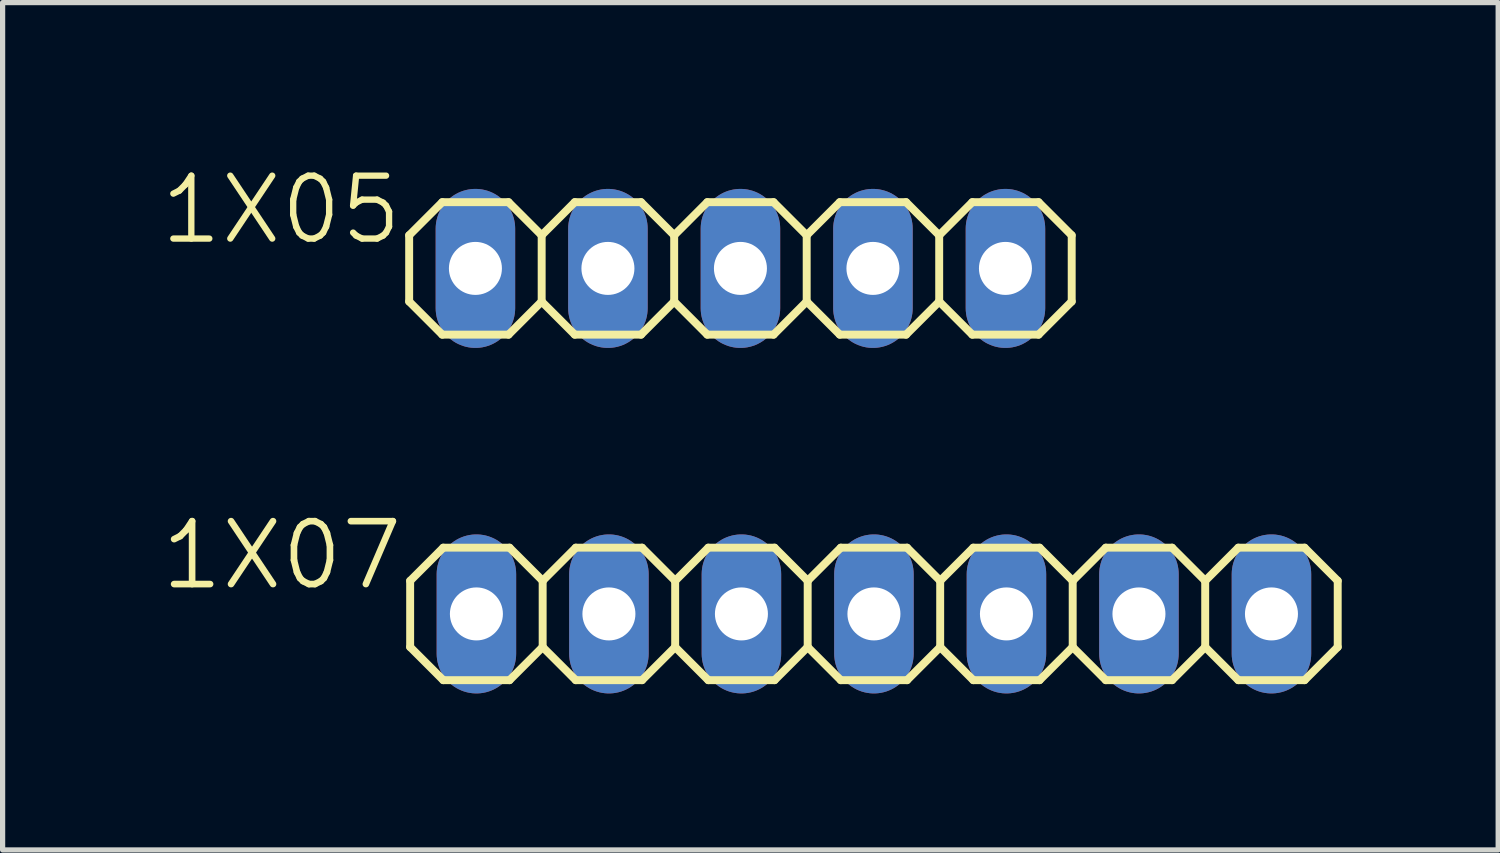
<source format=kicad_pcb>
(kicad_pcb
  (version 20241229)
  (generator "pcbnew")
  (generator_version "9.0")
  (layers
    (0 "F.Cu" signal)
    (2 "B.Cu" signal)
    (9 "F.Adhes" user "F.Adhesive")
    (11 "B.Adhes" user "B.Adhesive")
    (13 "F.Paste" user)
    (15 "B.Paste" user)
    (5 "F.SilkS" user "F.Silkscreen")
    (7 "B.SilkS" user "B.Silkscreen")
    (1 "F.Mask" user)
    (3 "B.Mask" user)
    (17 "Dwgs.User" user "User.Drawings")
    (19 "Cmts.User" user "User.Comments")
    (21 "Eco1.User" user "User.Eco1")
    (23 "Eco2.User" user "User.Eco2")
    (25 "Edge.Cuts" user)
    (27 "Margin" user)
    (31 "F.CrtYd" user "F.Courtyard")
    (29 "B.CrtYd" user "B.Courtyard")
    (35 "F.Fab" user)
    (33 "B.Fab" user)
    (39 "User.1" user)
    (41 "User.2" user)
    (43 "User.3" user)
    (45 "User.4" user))
  (footprint "1X05"
    (layer "F.Cu")
    (at 11.143 2.095)
    (property "Reference" "1X05" (at -6.426 -1.829 0) (layer "F.SilkS") (effects (font (size 1.206 1.206) (thickness 0.121)) (justify right top)))
    (attr through_hole)
    (fp_line (start -6.35 -0.635) (end -6.35 0.635) (stroke (width 0.152) (type solid)) (layer "F.SilkS"))
    (fp_line (start -6.35 0.635) (end -5.715 1.27) (stroke (width 0.152) (type solid)) (layer "F.SilkS"))
    (fp_line (start -5.715 -1.27) (end -6.35 -0.635) (stroke (width 0.152) (type solid)) (layer "F.SilkS"))
    (fp_line (start -5.715 -1.27) (end -4.445 -1.27) (stroke (width 0.152) (type solid)) (layer "F.SilkS"))
    (fp_line (start -4.445 -1.27) (end -3.81 -0.635) (stroke (width 0.152) (type solid)) (layer "F.SilkS"))
    (fp_line (start -4.445 1.27) (end -5.715 1.27) (stroke (width 0.152) (type solid)) (layer "F.SilkS"))
    (fp_line (start -3.81 -0.635) (end -3.81 0.635) (stroke (width 0.152) (type solid)) (layer "F.SilkS"))
    (fp_line (start -3.81 -0.635) (end -3.175 -1.27) (stroke (width 0.152) (type solid)) (layer "F.SilkS"))
    (fp_line (start -3.81 0.635) (end -4.445 1.27) (stroke (width 0.152) (type solid)) (layer "F.SilkS"))
    (fp_line (start -3.175 -1.27) (end -1.905 -1.27) (stroke (width 0.152) (type solid)) (layer "F.SilkS"))
    (fp_line (start -3.175 1.27) (end -3.81 0.635) (stroke (width 0.152) (type solid)) (layer "F.SilkS"))
    (fp_line (start -1.905 -1.27) (end -1.27 -0.635) (stroke (width 0.152) (type solid)) (layer "F.SilkS"))
    (fp_line (start -1.905 1.27) (end -3.175 1.27) (stroke (width 0.152) (type solid)) (layer "F.SilkS"))
    (fp_line (start -1.27 -0.635) (end -1.27 0.635) (stroke (width 0.152) (type solid)) (layer "F.SilkS"))
    (fp_line (start -1.27 -0.635) (end -0.635 -1.27) (stroke (width 0.152) (type solid)) (layer "F.SilkS"))
    (fp_line (start -1.27 0.635) (end -1.905 1.27) (stroke (width 0.152) (type solid)) (layer "F.SilkS"))
    (fp_line (start -0.635 -1.27) (end 0.635 -1.27) (stroke (width 0.152) (type solid)) (layer "F.SilkS"))
    (fp_line (start -0.635 1.27) (end -1.27 0.635) (stroke (width 0.152) (type solid)) (layer "F.SilkS"))
    (fp_line (start 0.635 -1.27) (end 1.27 -0.635) (stroke (width 0.152) (type solid)) (layer "F.SilkS"))
    (fp_line (start 0.635 1.27) (end -0.635 1.27) (stroke (width 0.152) (type solid)) (layer "F.SilkS"))
    (fp_line (start 1.27 -0.635) (end 1.27 0.635) (stroke (width 0.152) (type solid)) (layer "F.SilkS"))
    (fp_line (start 1.27 0.635) (end 0.635 1.27) (stroke (width 0.152) (type solid)) (layer "F.SilkS"))
    (fp_line (start 1.27 0.635) (end 1.905 1.27) (stroke (width 0.152) (type solid)) (layer "F.SilkS"))
    (fp_line (start 1.905 -1.27) (end 1.27 -0.635) (stroke (width 0.152) (type solid)) (layer "F.SilkS"))
    (fp_line (start 1.905 -1.27) (end 3.175 -1.27) (stroke (width 0.152) (type solid)) (layer "F.SilkS"))
    (fp_line (start 3.175 -1.27) (end 3.81 -0.635) (stroke (width 0.152) (type solid)) (layer "F.SilkS"))
    (fp_line (start 3.175 1.27) (end 1.905 1.27) (stroke (width 0.152) (type solid)) (layer "F.SilkS"))
    (fp_line (start 3.81 -0.635) (end 3.81 0.635) (stroke (width 0.152) (type solid)) (layer "F.SilkS"))
    (fp_line (start 3.81 0.635) (end 3.175 1.27) (stroke (width 0.152) (type solid)) (layer "F.SilkS"))
    (fp_line (start 3.81 0.635) (end 4.445 1.27) (stroke (width 0.152) (type solid)) (layer "F.SilkS"))
    (fp_line (start 4.445 -1.27) (end 3.81 -0.635) (stroke (width 0.152) (type solid)) (layer "F.SilkS"))
    (fp_line (start 4.445 -1.27) (end 5.715 -1.27) (stroke (width 0.152) (type solid)) (layer "F.SilkS"))
    (fp_line (start 5.715 -1.27) (end 6.35 -0.635) (stroke (width 0.152) (type solid)) (layer "F.SilkS"))
    (fp_line (start 5.715 1.27) (end 4.445 1.27) (stroke (width 0.152) (type solid)) (layer "F.SilkS"))
    (fp_line (start 6.35 -0.635) (end 6.35 0.635) (stroke (width 0.152) (type solid)) (layer "F.SilkS"))
    (fp_line (start 6.35 0.635) (end 5.715 1.27) (stroke (width 0.152) (type solid)) (layer "F.SilkS"))
    (fp_poly (pts (xy -5.334 0.254) (xy -4.826 0.254) (xy -4.826 -0.254) (xy -5.334 -0.254)) (stroke (width 0.1) (type solid)) (fill no) (layer "F.Fab"))
    (fp_poly (pts (xy -2.794 0.254) (xy -2.286 0.254) (xy -2.286 -0.254) (xy -2.794 -0.254)) (stroke (width 0.1) (type solid)) (fill no) (layer "F.Fab"))
    (fp_poly (pts (xy -0.254 0.254) (xy 0.254 0.254) (xy 0.254 -0.254) (xy -0.254 -0.254)) (stroke (width 0.1) (type solid)) (fill no) (layer "F.Fab"))
    (fp_poly (pts (xy 2.286 0.254) (xy 2.794 0.254) (xy 2.794 -0.254) (xy 2.286 -0.254)) (stroke (width 0.1) (type solid)) (fill no) (layer "F.Fab"))
    (fp_poly (pts (xy 4.826 0.254) (xy 5.334 0.254) (xy 5.334 -0.254) (xy 4.826 -0.254)) (stroke (width 0.1) (type solid)) (fill no) (layer "F.Fab"))
    (pad "1" thru_hole oval (at -5.08 0 90) (size 3.048 1.524) (drill 1.016) (layers "*.Cu" "*.Mask"))
    (pad "2" thru_hole oval (at -2.54 0 90) (size 3.048 1.524) (drill 1.016) (layers "*.Cu" "*.Mask"))
    (pad "3" thru_hole oval (at 0 0 90) (size 3.048 1.524) (drill 1.016) (layers "*.Cu" "*.Mask"))
    (pad "4" thru_hole oval (at 2.54 0 90) (size 3.048 1.524) (drill 1.016) (layers "*.Cu" "*.Mask"))
    (pad "5" thru_hole oval (at 5.08 0 90) (size 3.048 1.524) (drill 1.016) (layers "*.Cu" "*.Mask")))
  (footprint "1X07"
    (layer "F.Cu")
    (at 13.702 8.718)
    (property "Reference" "1X07" (at -8.966 -1.829 0) (layer "F.SilkS") (effects (font (size 1.206 1.206) (thickness 0.127)) (justify right top)))
    (attr through_hole)
    (fp_line (start -8.89 -0.635) (end -8.89 0.635) (stroke (width 0.152) (type solid)) (layer "F.SilkS"))
    (fp_line (start -8.89 0.635) (end -8.255 1.27) (stroke (width 0.152) (type solid)) (layer "F.SilkS"))
    (fp_line (start -8.255 -1.27) (end -8.89 -0.635) (stroke (width 0.152) (type solid)) (layer "F.SilkS"))
    (fp_line (start -8.255 -1.27) (end -6.985 -1.27) (stroke (width 0.152) (type solid)) (layer "F.SilkS"))
    (fp_line (start -6.985 -1.27) (end -6.35 -0.635) (stroke (width 0.152) (type solid)) (layer "F.SilkS"))
    (fp_line (start -6.985 1.27) (end -8.255 1.27) (stroke (width 0.152) (type solid)) (layer "F.SilkS"))
    (fp_line (start -6.35 -0.635) (end -6.35 0.635) (stroke (width 0.152) (type solid)) (layer "F.SilkS"))
    (fp_line (start -6.35 -0.635) (end -5.715 -1.27) (stroke (width 0.152) (type solid)) (layer "F.SilkS"))
    (fp_line (start -6.35 0.635) (end -6.985 1.27) (stroke (width 0.152) (type solid)) (layer "F.SilkS"))
    (fp_line (start -5.715 -1.27) (end -4.445 -1.27) (stroke (width 0.152) (type solid)) (layer "F.SilkS"))
    (fp_line (start -5.715 1.27) (end -6.35 0.635) (stroke (width 0.152) (type solid)) (layer "F.SilkS"))
    (fp_line (start -4.445 -1.27) (end -3.81 -0.635) (stroke (width 0.152) (type solid)) (layer "F.SilkS"))
    (fp_line (start -4.445 1.27) (end -5.715 1.27) (stroke (width 0.152) (type solid)) (layer "F.SilkS"))
    (fp_line (start -3.81 -0.635) (end -3.81 0.635) (stroke (width 0.152) (type solid)) (layer "F.SilkS"))
    (fp_line (start -3.81 -0.635) (end -3.175 -1.27) (stroke (width 0.152) (type solid)) (layer "F.SilkS"))
    (fp_line (start -3.81 0.635) (end -4.445 1.27) (stroke (width 0.152) (type solid)) (layer "F.SilkS"))
    (fp_line (start -3.175 -1.27) (end -1.905 -1.27) (stroke (width 0.152) (type solid)) (layer "F.SilkS"))
    (fp_line (start -3.175 1.27) (end -3.81 0.635) (stroke (width 0.152) (type solid)) (layer "F.SilkS"))
    (fp_line (start -1.905 -1.27) (end -1.27 -0.635) (stroke (width 0.152) (type solid)) (layer "F.SilkS"))
    (fp_line (start -1.905 1.27) (end -3.175 1.27) (stroke (width 0.152) (type solid)) (layer "F.SilkS"))
    (fp_line (start -1.27 -0.635) (end -1.27 0.635) (stroke (width 0.152) (type solid)) (layer "F.SilkS"))
    (fp_line (start -1.27 0.635) (end -1.905 1.27) (stroke (width 0.152) (type solid)) (layer "F.SilkS"))
    (fp_line (start -1.27 0.635) (end -0.635 1.27) (stroke (width 0.152) (type solid)) (layer "F.SilkS"))
    (fp_line (start -0.635 -1.27) (end -1.27 -0.635) (stroke (width 0.152) (type solid)) (layer "F.SilkS"))
    (fp_line (start -0.635 -1.27) (end 0.635 -1.27) (stroke (width 0.152) (type solid)) (layer "F.SilkS"))
    (fp_line (start 0.635 -1.27) (end 1.27 -0.635) (stroke (width 0.152) (type solid)) (layer "F.SilkS"))
    (fp_line (start 0.635 1.27) (end -0.635 1.27) (stroke (width 0.152) (type solid)) (layer "F.SilkS"))
    (fp_line (start 1.27 -0.635) (end 1.27 0.635) (stroke (width 0.152) (type solid)) (layer "F.SilkS"))
    (fp_line (start 1.27 -0.635) (end 1.905 -1.27) (stroke (width 0.152) (type solid)) (layer "F.SilkS"))
    (fp_line (start 1.27 0.635) (end 0.635 1.27) (stroke (width 0.152) (type solid)) (layer "F.SilkS"))
    (fp_line (start 1.905 -1.27) (end 3.175 -1.27) (stroke (width 0.152) (type solid)) (layer "F.SilkS"))
    (fp_line (start 1.905 1.27) (end 1.27 0.635) (stroke (width 0.152) (type solid)) (layer "F.SilkS"))
    (fp_line (start 3.175 -1.27) (end 3.81 -0.635) (stroke (width 0.152) (type solid)) (layer "F.SilkS"))
    (fp_line (start 3.175 1.27) (end 1.905 1.27) (stroke (width 0.152) (type solid)) (layer "F.SilkS"))
    (fp_line (start 3.81 -0.635) (end 3.81 0.635) (stroke (width 0.152) (type solid)) (layer "F.SilkS"))
    (fp_line (start 3.81 -0.635) (end 4.445 -1.27) (stroke (width 0.152) (type solid)) (layer "F.SilkS"))
    (fp_line (start 3.81 0.635) (end 3.175 1.27) (stroke (width 0.152) (type solid)) (layer "F.SilkS"))
    (fp_line (start 4.445 -1.27) (end 5.715 -1.27) (stroke (width 0.152) (type solid)) (layer "F.SilkS"))
    (fp_line (start 4.445 1.27) (end 3.81 0.635) (stroke (width 0.152) (type solid)) (layer "F.SilkS"))
    (fp_line (start 5.715 -1.27) (end 6.35 -0.635) (stroke (width 0.152) (type solid)) (layer "F.SilkS"))
    (fp_line (start 5.715 1.27) (end 4.445 1.27) (stroke (width 0.152) (type solid)) (layer "F.SilkS"))
    (fp_line (start 6.35 -0.635) (end 6.35 0.635) (stroke (width 0.152) (type solid)) (layer "F.SilkS"))
    (fp_line (start 6.35 0.635) (end 5.715 1.27) (stroke (width 0.152) (type solid)) (layer "F.SilkS"))
    (fp_line (start 6.35 0.635) (end 6.985 1.27) (stroke (width 0.152) (type solid)) (layer "F.SilkS"))
    (fp_line (start 6.985 -1.27) (end 6.35 -0.635) (stroke (width 0.152) (type solid)) (layer "F.SilkS"))
    (fp_line (start 6.985 -1.27) (end 8.255 -1.27) (stroke (width 0.152) (type solid)) (layer "F.SilkS"))
    (fp_line (start 8.255 -1.27) (end 8.89 -0.635) (stroke (width 0.152) (type solid)) (layer "F.SilkS"))
    (fp_line (start 8.255 1.27) (end 6.985 1.27) (stroke (width 0.152) (type solid)) (layer "F.SilkS"))
    (fp_line (start 8.89 -0.635) (end 8.89 0.635) (stroke (width 0.152) (type solid)) (layer "F.SilkS"))
    (fp_line (start 8.89 0.635) (end 8.255 1.27) (stroke (width 0.152) (type solid)) (layer "F.SilkS"))
    (fp_poly (pts (xy -7.874 0.254) (xy -7.366 0.254) (xy -7.366 -0.254) (xy -7.874 -0.254)) (stroke (width 0.1) (type solid)) (fill no) (layer "F.Fab"))
    (fp_poly (pts (xy -5.334 0.254) (xy -4.826 0.254) (xy -4.826 -0.254) (xy -5.334 -0.254)) (stroke (width 0.1) (type solid)) (fill no) (layer "F.Fab"))
    (fp_poly (pts (xy -2.794 0.254) (xy -2.286 0.254) (xy -2.286 -0.254) (xy -2.794 -0.254)) (stroke (width 0.1) (type solid)) (fill no) (layer "F.Fab"))
    (fp_poly (pts (xy -0.254 0.254) (xy 0.254 0.254) (xy 0.254 -0.254) (xy -0.254 -0.254)) (stroke (width 0.1) (type solid)) (fill no) (layer "F.Fab"))
    (fp_poly (pts (xy 2.286 0.254) (xy 2.794 0.254) (xy 2.794 -0.254) (xy 2.286 -0.254)) (stroke (width 0.1) (type solid)) (fill no) (layer "F.Fab"))
    (fp_poly (pts (xy 4.826 0.254) (xy 5.334 0.254) (xy 5.334 -0.254) (xy 4.826 -0.254)) (stroke (width 0.1) (type solid)) (fill no) (layer "F.Fab"))
    (fp_poly (pts (xy 7.366 0.254) (xy 7.874 0.254) (xy 7.874 -0.254) (xy 7.366 -0.254)) (stroke (width 0.1) (type solid)) (fill no) (layer "F.Fab"))
    (pad "1" thru_hole oval (at -7.62 0 90) (size 3.048 1.524) (drill 1.016) (layers "*.Cu" "*.Mask"))
    (pad "2" thru_hole oval (at -5.08 0 90) (size 3.048 1.524) (drill 1.016) (layers "*.Cu" "*.Mask"))
    (pad "3" thru_hole oval (at -2.54 0 90) (size 3.048 1.524) (drill 1.016) (layers "*.Cu" "*.Mask"))
    (pad "4" thru_hole oval (at 0 0 90) (size 3.048 1.524) (drill 1.016) (layers "*.Cu" "*.Mask"))
    (pad "5" thru_hole oval (at 2.54 0 90) (size 3.048 1.524) (drill 1.016) (layers "*.Cu" "*.Mask"))
    (pad "6" thru_hole oval (at 5.08 0 90) (size 3.048 1.524) (drill 1.016) (layers "*.Cu" "*.Mask"))
    (pad "7" thru_hole oval (at 7.62 0 90) (size 3.048 1.524) (drill 1.016) (layers "*.Cu" "*.Mask")))
  (gr_rect
    (start -3 -3)
    (end 25.668 13.242)
    (stroke (width 0.1) (type default))
    (fill no)
    (layer "Edge.Cuts")))
</source>
